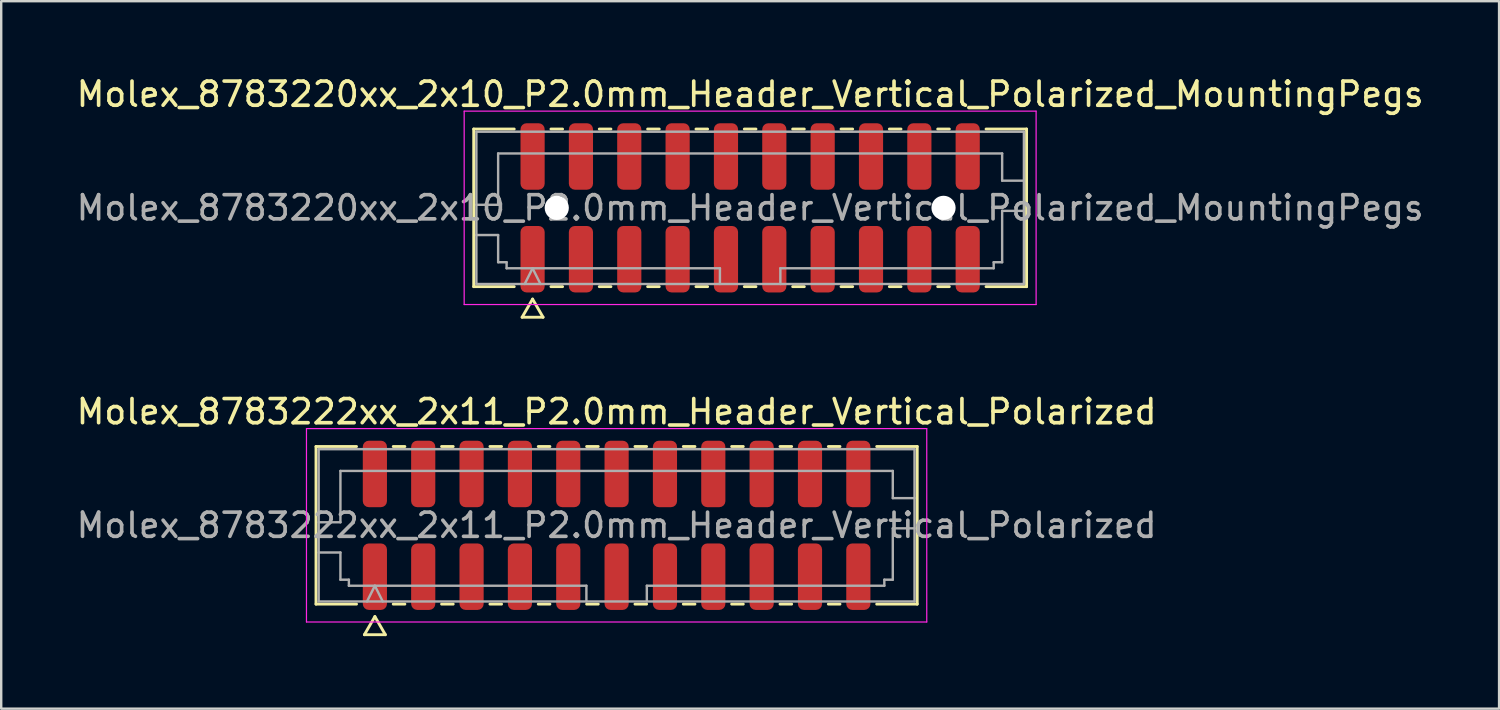
<source format=kicad_pcb>
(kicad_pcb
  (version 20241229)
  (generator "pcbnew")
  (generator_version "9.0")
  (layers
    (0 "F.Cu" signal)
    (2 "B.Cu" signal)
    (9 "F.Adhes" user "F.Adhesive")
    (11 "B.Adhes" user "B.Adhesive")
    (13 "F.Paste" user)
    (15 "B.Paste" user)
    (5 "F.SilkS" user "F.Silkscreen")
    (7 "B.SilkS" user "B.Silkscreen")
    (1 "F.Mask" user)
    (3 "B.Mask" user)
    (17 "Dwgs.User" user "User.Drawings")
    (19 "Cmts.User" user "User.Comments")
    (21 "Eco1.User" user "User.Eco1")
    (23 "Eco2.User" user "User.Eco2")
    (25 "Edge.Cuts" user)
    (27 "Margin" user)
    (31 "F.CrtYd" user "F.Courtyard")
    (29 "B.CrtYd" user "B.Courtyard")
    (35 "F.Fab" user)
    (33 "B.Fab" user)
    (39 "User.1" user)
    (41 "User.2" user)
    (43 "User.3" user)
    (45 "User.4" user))
  (footprint "Molex_8783220xx_2x10_P2.0mm_Header_Vertical_Polarized_MountingPegs"
    (layer "F.Cu")
    (at 27.982 5.548)
    (property "Reference" "Molex_8783220xx_2x10_P2.0mm_Header_Vertical_Polarized_MountingPegs" (at 0 -4.7 0) (layer "F.SilkS") (effects (font (size 1 1) (thickness 0.15))))
    (attr smd)
    (fp_line (start -11.435 -3.26) (end -9.76 -3.26) (stroke (width 0.12) (type solid)) (layer "F.SilkS"))
    (fp_line (start -11.435 3.26) (end -11.435 -3.26) (stroke (width 0.12) (type solid)) (layer "F.SilkS"))
    (fp_line (start -9.76 3.26) (end -11.435 3.26) (stroke (width 0.12) (type solid)) (layer "F.SilkS"))
    (fp_line (start -9.433 4.525) (end -9 3.775) (stroke (width 0.12) (type solid)) (layer "F.SilkS"))
    (fp_line (start -9 3.775) (end -8.567 4.525) (stroke (width 0.12) (type solid)) (layer "F.SilkS"))
    (fp_line (start -8.567 4.525) (end -9.433 4.525) (stroke (width 0.12) (type solid)) (layer "F.SilkS"))
    (fp_line (start -8.24 -3.26) (end -7.76 -3.26) (stroke (width 0.12) (type solid)) (layer "F.SilkS"))
    (fp_line (start -7.76 3.26) (end -8.24 3.26) (stroke (width 0.12) (type solid)) (layer "F.SilkS"))
    (fp_line (start -6.24 -3.26) (end -5.76 -3.26) (stroke (width 0.12) (type solid)) (layer "F.SilkS"))
    (fp_line (start -5.76 3.26) (end -6.24 3.26) (stroke (width 0.12) (type solid)) (layer "F.SilkS"))
    (fp_line (start -4.24 -3.26) (end -3.76 -3.26) (stroke (width 0.12) (type solid)) (layer "F.SilkS"))
    (fp_line (start -3.76 3.26) (end -4.24 3.26) (stroke (width 0.12) (type solid)) (layer "F.SilkS"))
    (fp_line (start -2.24 -3.26) (end -1.76 -3.26) (stroke (width 0.12) (type solid)) (layer "F.SilkS"))
    (fp_line (start -1.76 3.26) (end -2.24 3.26) (stroke (width 0.12) (type solid)) (layer "F.SilkS"))
    (fp_line (start -0.24 -3.26) (end 0.24 -3.26) (stroke (width 0.12) (type solid)) (layer "F.SilkS"))
    (fp_line (start 0.24 3.26) (end -0.24 3.26) (stroke (width 0.12) (type solid)) (layer "F.SilkS"))
    (fp_line (start 1.76 -3.26) (end 2.24 -3.26) (stroke (width 0.12) (type solid)) (layer "F.SilkS"))
    (fp_line (start 2.24 3.26) (end 1.76 3.26) (stroke (width 0.12) (type solid)) (layer "F.SilkS"))
    (fp_line (start 3.76 -3.26) (end 4.24 -3.26) (stroke (width 0.12) (type solid)) (layer "F.SilkS"))
    (fp_line (start 4.24 3.26) (end 3.76 3.26) (stroke (width 0.12) (type solid)) (layer "F.SilkS"))
    (fp_line (start 5.76 -3.26) (end 6.24 -3.26) (stroke (width 0.12) (type solid)) (layer "F.SilkS"))
    (fp_line (start 6.24 3.26) (end 5.76 3.26) (stroke (width 0.12) (type solid)) (layer "F.SilkS"))
    (fp_line (start 7.76 -3.26) (end 8.24 -3.26) (stroke (width 0.12) (type solid)) (layer "F.SilkS"))
    (fp_line (start 8.24 3.26) (end 7.76 3.26) (stroke (width 0.12) (type solid)) (layer "F.SilkS"))
    (fp_line (start 9.76 -3.26) (end 11.435 -3.26) (stroke (width 0.12) (type solid)) (layer "F.SilkS"))
    (fp_line (start 11.435 -3.26) (end 11.435 3.26) (stroke (width 0.12) (type solid)) (layer "F.SilkS"))
    (fp_line (start 11.435 3.26) (end 9.76 3.26) (stroke (width 0.12) (type solid)) (layer "F.SilkS"))
    (fp_line (start -11.83 -4) (end -11.83 4) (stroke (width 0.05) (type solid)) (layer "F.CrtYd"))
    (fp_line (start -11.83 4) (end 11.83 4) (stroke (width 0.05) (type solid)) (layer "F.CrtYd"))
    (fp_line (start 11.83 -4) (end -11.83 -4) (stroke (width 0.05) (type solid)) (layer "F.CrtYd"))
    (fp_line (start 11.83 4) (end 11.83 -4) (stroke (width 0.05) (type solid)) (layer "F.CrtYd"))
    (fp_line (start -11.325 -3.15) (end 11.325 -3.15) (stroke (width 0.1) (type solid)) (layer "F.Fab"))
    (fp_line (start -11.325 -0.125) (end -10.425 -0.125) (stroke (width 0.1) (type solid)) (layer "F.Fab"))
    (fp_line (start -11.325 1.125) (end -10.425 1.125) (stroke (width 0.1) (type solid)) (layer "F.Fab"))
    (fp_line (start -11.325 3.15) (end -11.325 -3.15) (stroke (width 0.1) (type solid)) (layer "F.Fab"))
    (fp_line (start -10.425 -2.25) (end 10.425 -2.25) (stroke (width 0.1) (type solid)) (layer "F.Fab"))
    (fp_line (start -10.425 -0.125) (end -10.425 -2.25) (stroke (width 0.1) (type solid)) (layer "F.Fab"))
    (fp_line (start -10.425 1.125) (end -10.425 2.25) (stroke (width 0.1) (type solid)) (layer "F.Fab"))
    (fp_line (start -10.425 2.25) (end -10.075 2.25) (stroke (width 0.1) (type solid)) (layer "F.Fab"))
    (fp_line (start -10.075 2.25) (end -10.075 2.5) (stroke (width 0.1) (type solid)) (layer "F.Fab"))
    (fp_line (start -10.075 2.5) (end -1.25 2.5) (stroke (width 0.1) (type solid)) (layer "F.Fab"))
    (fp_line (start -9.325 3.15) (end -9 2.5) (stroke (width 0.1) (type solid)) (layer "F.Fab"))
    (fp_line (start -9 2.5) (end -8.675 3.15) (stroke (width 0.1) (type solid)) (layer "F.Fab"))
    (fp_line (start -1.25 2.5) (end -1.25 3.15) (stroke (width 0.1) (type solid)) (layer "F.Fab"))
    (fp_line (start 1.25 2.5) (end 1.25 3.15) (stroke (width 0.1) (type solid)) (layer "F.Fab"))
    (fp_line (start 1.25 2.5) (end 10.075 2.5) (stroke (width 0.1) (type solid)) (layer "F.Fab"))
    (fp_line (start 10.075 2.25) (end 10.425 2.25) (stroke (width 0.1) (type solid)) (layer "F.Fab"))
    (fp_line (start 10.075 2.5) (end 10.075 2.25) (stroke (width 0.1) (type solid)) (layer "F.Fab"))
    (fp_line (start 10.425 -2.25) (end 10.425 -1.125) (stroke (width 0.1) (type solid)) (layer "F.Fab"))
    (fp_line (start 10.425 -1.125) (end 11.325 -1.125) (stroke (width 0.1) (type solid)) (layer "F.Fab"))
    (fp_line (start 10.425 0.125) (end 11.325 0.125) (stroke (width 0.1) (type solid)) (layer "F.Fab"))
    (fp_line (start 10.425 2.25) (end 10.425 0.125) (stroke (width 0.1) (type solid)) (layer "F.Fab"))
    (fp_line (start 11.325 -3.15) (end 11.325 3.15) (stroke (width 0.1) (type solid)) (layer "F.Fab"))
    (fp_line (start 11.325 3.15) (end -11.325 3.15) (stroke (width 0.1) (type solid)) (layer "F.Fab"))
    (fp_text user "${REFERENCE}" (at 0 0 0) (layer "F.Fab") (effects (font (size 1 1) (thickness 0.15))))
    (pad "" np_thru_hole circle (at -8 0) (size 1 1) (drill 1) (layers "*.Cu" "*.Mask"))
    (pad "" np_thru_hole circle (at 8 0) (size 1 1) (drill 1) (layers "*.Cu" "*.Mask"))
    (pad "1" smd roundrect (at -9 2.125) (size 1 2.75) (layers "F.Cu" "F.Mask" "F.Paste") (roundrect_rratio 0.25))
    (pad "2" smd roundrect (at -9 -2.125) (size 1 2.75) (layers "F.Cu" "F.Mask" "F.Paste") (roundrect_rratio 0.25))
    (pad "3" smd roundrect (at -7 2.125) (size 1 2.75) (layers "F.Cu" "F.Mask" "F.Paste") (roundrect_rratio 0.25))
    (pad "4" smd roundrect (at -7 -2.125) (size 1 2.75) (layers "F.Cu" "F.Mask" "F.Paste") (roundrect_rratio 0.25))
    (pad "5" smd roundrect (at -5 2.125) (size 1 2.75) (layers "F.Cu" "F.Mask" "F.Paste") (roundrect_rratio 0.25))
    (pad "6" smd roundrect (at -5 -2.125) (size 1 2.75) (layers "F.Cu" "F.Mask" "F.Paste") (roundrect_rratio 0.25))
    (pad "7" smd roundrect (at -3 2.125) (size 1 2.75) (layers "F.Cu" "F.Mask" "F.Paste") (roundrect_rratio 0.25))
    (pad "8" smd roundrect (at -3 -2.125) (size 1 2.75) (layers "F.Cu" "F.Mask" "F.Paste") (roundrect_rratio 0.25))
    (pad "9" smd roundrect (at -1 2.125) (size 1 2.75) (layers "F.Cu" "F.Mask" "F.Paste") (roundrect_rratio 0.25))
    (pad "10" smd roundrect (at -1 -2.125) (size 1 2.75) (layers "F.Cu" "F.Mask" "F.Paste") (roundrect_rratio 0.25))
    (pad "11" smd roundrect (at 1 2.125) (size 1 2.75) (layers "F.Cu" "F.Mask" "F.Paste") (roundrect_rratio 0.25))
    (pad "12" smd roundrect (at 1 -2.125) (size 1 2.75) (layers "F.Cu" "F.Mask" "F.Paste") (roundrect_rratio 0.25))
    (pad "13" smd roundrect (at 3 2.125) (size 1 2.75) (layers "F.Cu" "F.Mask" "F.Paste") (roundrect_rratio 0.25))
    (pad "14" smd roundrect (at 3 -2.125) (size 1 2.75) (layers "F.Cu" "F.Mask" "F.Paste") (roundrect_rratio 0.25))
    (pad "15" smd roundrect (at 5 2.125) (size 1 2.75) (layers "F.Cu" "F.Mask" "F.Paste") (roundrect_rratio 0.25))
    (pad "16" smd roundrect (at 5 -2.125) (size 1 2.75) (layers "F.Cu" "F.Mask" "F.Paste") (roundrect_rratio 0.25))
    (pad "17" smd roundrect (at 7 2.125) (size 1 2.75) (layers "F.Cu" "F.Mask" "F.Paste") (roundrect_rratio 0.25))
    (pad "18" smd roundrect (at 7 -2.125) (size 1 2.75) (layers "F.Cu" "F.Mask" "F.Paste") (roundrect_rratio 0.25))
    (pad "19" smd roundrect (at 9 2.125) (size 1 2.75) (layers "F.Cu" "F.Mask" "F.Paste") (roundrect_rratio 0.25))
    (pad "20" smd roundrect (at 9 -2.125) (size 1 2.75) (layers "F.Cu" "F.Mask" "F.Paste") (roundrect_rratio 0.25)))
  (footprint "Molex_8783222xx_2x11_P2.0mm_Header_Vertical_Polarized"
    (layer "F.Cu")
    (at 22.458 18.681)
    (property "Reference" "Molex_8783222xx_2x11_P2.0mm_Header_Vertical_Polarized" (at 0 -4.7 0) (layer "F.SilkS") (effects (font (size 1 1) (thickness 0.15))))
    (attr smd)
    (fp_line (start -12.435 -3.26) (end -10.76 -3.26) (stroke (width 0.12) (type solid)) (layer "F.SilkS"))
    (fp_line (start -12.435 3.26) (end -12.435 -3.26) (stroke (width 0.12) (type solid)) (layer "F.SilkS"))
    (fp_line (start -10.76 3.26) (end -12.435 3.26) (stroke (width 0.12) (type solid)) (layer "F.SilkS"))
    (fp_line (start -10.433 4.525) (end -10 3.775) (stroke (width 0.12) (type solid)) (layer "F.SilkS"))
    (fp_line (start -10 3.775) (end -9.567 4.525) (stroke (width 0.12) (type solid)) (layer "F.SilkS"))
    (fp_line (start -9.567 4.525) (end -10.433 4.525) (stroke (width 0.12) (type solid)) (layer "F.SilkS"))
    (fp_line (start -9.24 -3.26) (end -8.76 -3.26) (stroke (width 0.12) (type solid)) (layer "F.SilkS"))
    (fp_line (start -8.76 3.26) (end -9.24 3.26) (stroke (width 0.12) (type solid)) (layer "F.SilkS"))
    (fp_line (start -7.24 -3.26) (end -6.76 -3.26) (stroke (width 0.12) (type solid)) (layer "F.SilkS"))
    (fp_line (start -6.76 3.26) (end -7.24 3.26) (stroke (width 0.12) (type solid)) (layer "F.SilkS"))
    (fp_line (start -5.24 -3.26) (end -4.76 -3.26) (stroke (width 0.12) (type solid)) (layer "F.SilkS"))
    (fp_line (start -4.76 3.26) (end -5.24 3.26) (stroke (width 0.12) (type solid)) (layer "F.SilkS"))
    (fp_line (start -3.24 -3.26) (end -2.76 -3.26) (stroke (width 0.12) (type solid)) (layer "F.SilkS"))
    (fp_line (start -2.76 3.26) (end -3.24 3.26) (stroke (width 0.12) (type solid)) (layer "F.SilkS"))
    (fp_line (start -1.24 -3.26) (end -0.76 -3.26) (stroke (width 0.12) (type solid)) (layer "F.SilkS"))
    (fp_line (start -0.76 3.26) (end -1.24 3.26) (stroke (width 0.12) (type solid)) (layer "F.SilkS"))
    (fp_line (start 0.76 -3.26) (end 1.24 -3.26) (stroke (width 0.12) (type solid)) (layer "F.SilkS"))
    (fp_line (start 1.24 3.26) (end 0.76 3.26) (stroke (width 0.12) (type solid)) (layer "F.SilkS"))
    (fp_line (start 2.76 -3.26) (end 3.24 -3.26) (stroke (width 0.12) (type solid)) (layer "F.SilkS"))
    (fp_line (start 3.24 3.26) (end 2.76 3.26) (stroke (width 0.12) (type solid)) (layer "F.SilkS"))
    (fp_line (start 4.76 -3.26) (end 5.24 -3.26) (stroke (width 0.12) (type solid)) (layer "F.SilkS"))
    (fp_line (start 5.24 3.26) (end 4.76 3.26) (stroke (width 0.12) (type solid)) (layer "F.SilkS"))
    (fp_line (start 6.76 -3.26) (end 7.24 -3.26) (stroke (width 0.12) (type solid)) (layer "F.SilkS"))
    (fp_line (start 7.24 3.26) (end 6.76 3.26) (stroke (width 0.12) (type solid)) (layer "F.SilkS"))
    (fp_line (start 8.76 -3.26) (end 9.24 -3.26) (stroke (width 0.12) (type solid)) (layer "F.SilkS"))
    (fp_line (start 9.24 3.26) (end 8.76 3.26) (stroke (width 0.12) (type solid)) (layer "F.SilkS"))
    (fp_line (start 10.76 -3.26) (end 12.435 -3.26) (stroke (width 0.12) (type solid)) (layer "F.SilkS"))
    (fp_line (start 12.435 -3.26) (end 12.435 3.26) (stroke (width 0.12) (type solid)) (layer "F.SilkS"))
    (fp_line (start 12.435 3.26) (end 10.76 3.26) (stroke (width 0.12) (type solid)) (layer "F.SilkS"))
    (fp_line (start -12.83 -4) (end -12.83 4) (stroke (width 0.05) (type solid)) (layer "F.CrtYd"))
    (fp_line (start -12.83 4) (end 12.83 4) (stroke (width 0.05) (type solid)) (layer "F.CrtYd"))
    (fp_line (start 12.83 -4) (end -12.83 -4) (stroke (width 0.05) (type solid)) (layer "F.CrtYd"))
    (fp_line (start 12.83 4) (end 12.83 -4) (stroke (width 0.05) (type solid)) (layer "F.CrtYd"))
    (fp_line (start -12.325 -3.15) (end 12.325 -3.15) (stroke (width 0.1) (type solid)) (layer "F.Fab"))
    (fp_line (start -12.325 -0.125) (end -11.425 -0.125) (stroke (width 0.1) (type solid)) (layer "F.Fab"))
    (fp_line (start -12.325 1.125) (end -11.425 1.125) (stroke (width 0.1) (type solid)) (layer "F.Fab"))
    (fp_line (start -12.325 3.15) (end -12.325 -3.15) (stroke (width 0.1) (type solid)) (layer "F.Fab"))
    (fp_line (start -11.425 -2.25) (end 11.425 -2.25) (stroke (width 0.1) (type solid)) (layer "F.Fab"))
    (fp_line (start -11.425 -0.125) (end -11.425 -2.25) (stroke (width 0.1) (type solid)) (layer "F.Fab"))
    (fp_line (start -11.425 1.125) (end -11.425 2.25) (stroke (width 0.1) (type solid)) (layer "F.Fab"))
    (fp_line (start -11.425 2.25) (end -11.075 2.25) (stroke (width 0.1) (type solid)) (layer "F.Fab"))
    (fp_line (start -11.075 2.25) (end -11.075 2.5) (stroke (width 0.1) (type solid)) (layer "F.Fab"))
    (fp_line (start -11.075 2.5) (end -1.25 2.5) (stroke (width 0.1) (type solid)) (layer "F.Fab"))
    (fp_line (start -10.325 3.15) (end -10 2.5) (stroke (width 0.1) (type solid)) (layer "F.Fab"))
    (fp_line (start -10 2.5) (end -9.675 3.15) (stroke (width 0.1) (type solid)) (layer "F.Fab"))
    (fp_line (start -1.25 2.5) (end -1.25 3.15) (stroke (width 0.1) (type solid)) (layer "F.Fab"))
    (fp_line (start 1.25 2.5) (end 1.25 3.15) (stroke (width 0.1) (type solid)) (layer "F.Fab"))
    (fp_line (start 1.25 2.5) (end 11.075 2.5) (stroke (width 0.1) (type solid)) (layer "F.Fab"))
    (fp_line (start 11.075 2.25) (end 11.425 2.25) (stroke (width 0.1) (type solid)) (layer "F.Fab"))
    (fp_line (start 11.075 2.5) (end 11.075 2.25) (stroke (width 0.1) (type solid)) (layer "F.Fab"))
    (fp_line (start 11.425 -2.25) (end 11.425 -1.125) (stroke (width 0.1) (type solid)) (layer "F.Fab"))
    (fp_line (start 11.425 -1.125) (end 12.325 -1.125) (stroke (width 0.1) (type solid)) (layer "F.Fab"))
    (fp_line (start 11.425 0.125) (end 12.325 0.125) (stroke (width 0.1) (type solid)) (layer "F.Fab"))
    (fp_line (start 11.425 2.25) (end 11.425 0.125) (stroke (width 0.1) (type solid)) (layer "F.Fab"))
    (fp_line (start 12.325 -3.15) (end 12.325 3.15) (stroke (width 0.1) (type solid)) (layer "F.Fab"))
    (fp_line (start 12.325 3.15) (end -12.325 3.15) (stroke (width 0.1) (type solid)) (layer "F.Fab"))
    (fp_text user "${REFERENCE}" (at 0 0 0) (layer "F.Fab") (effects (font (size 1 1) (thickness 0.15))))
    (pad "1" smd roundrect (at -10 2.125) (size 1 2.75) (layers "F.Cu" "F.Mask" "F.Paste") (roundrect_rratio 0.25))
    (pad "2" smd roundrect (at -10 -2.125) (size 1 2.75) (layers "F.Cu" "F.Mask" "F.Paste") (roundrect_rratio 0.25))
    (pad "3" smd roundrect (at -8 2.125) (size 1 2.75) (layers "F.Cu" "F.Mask" "F.Paste") (roundrect_rratio 0.25))
    (pad "4" smd roundrect (at -8 -2.125) (size 1 2.75) (layers "F.Cu" "F.Mask" "F.Paste") (roundrect_rratio 0.25))
    (pad "5" smd roundrect (at -6 2.125) (size 1 2.75) (layers "F.Cu" "F.Mask" "F.Paste") (roundrect_rratio 0.25))
    (pad "6" smd roundrect (at -6 -2.125) (size 1 2.75) (layers "F.Cu" "F.Mask" "F.Paste") (roundrect_rratio 0.25))
    (pad "7" smd roundrect (at -4 2.125) (size 1 2.75) (layers "F.Cu" "F.Mask" "F.Paste") (roundrect_rratio 0.25))
    (pad "8" smd roundrect (at -4 -2.125) (size 1 2.75) (layers "F.Cu" "F.Mask" "F.Paste") (roundrect_rratio 0.25))
    (pad "9" smd roundrect (at -2 2.125) (size 1 2.75) (layers "F.Cu" "F.Mask" "F.Paste") (roundrect_rratio 0.25))
    (pad "10" smd roundrect (at -2 -2.125) (size 1 2.75) (layers "F.Cu" "F.Mask" "F.Paste") (roundrect_rratio 0.25))
    (pad "11" smd roundrect (at 0 2.125) (size 1 2.75) (layers "F.Cu" "F.Mask" "F.Paste") (roundrect_rratio 0.25))
    (pad "12" smd roundrect (at 0 -2.125) (size 1 2.75) (layers "F.Cu" "F.Mask" "F.Paste") (roundrect_rratio 0.25))
    (pad "13" smd roundrect (at 2 2.125) (size 1 2.75) (layers "F.Cu" "F.Mask" "F.Paste") (roundrect_rratio 0.25))
    (pad "14" smd roundrect (at 2 -2.125) (size 1 2.75) (layers "F.Cu" "F.Mask" "F.Paste") (roundrect_rratio 0.25))
    (pad "15" smd roundrect (at 4 2.125) (size 1 2.75) (layers "F.Cu" "F.Mask" "F.Paste") (roundrect_rratio 0.25))
    (pad "16" smd roundrect (at 4 -2.125) (size 1 2.75) (layers "F.Cu" "F.Mask" "F.Paste") (roundrect_rratio 0.25))
    (pad "17" smd roundrect (at 6 2.125) (size 1 2.75) (layers "F.Cu" "F.Mask" "F.Paste") (roundrect_rratio 0.25))
    (pad "18" smd roundrect (at 6 -2.125) (size 1 2.75) (layers "F.Cu" "F.Mask" "F.Paste") (roundrect_rratio 0.25))
    (pad "19" smd roundrect (at 8 2.125) (size 1 2.75) (layers "F.Cu" "F.Mask" "F.Paste") (roundrect_rratio 0.25))
    (pad "20" smd roundrect (at 8 -2.125) (size 1 2.75) (layers "F.Cu" "F.Mask" "F.Paste") (roundrect_rratio 0.25))
    (pad "21" smd roundrect (at 10 2.125) (size 1 2.75) (layers "F.Cu" "F.Mask" "F.Paste") (roundrect_rratio 0.25))
    (pad "22" smd roundrect (at 10 -2.125) (size 1 2.75) (layers "F.Cu" "F.Mask" "F.Paste") (roundrect_rratio 0.25)))
  (gr_rect
    (start -3 -3)
    (end 58.964 26.267)
    (stroke (width 0.1) (type default))
    (fill no)
    (layer "Edge.Cuts")))
</source>
